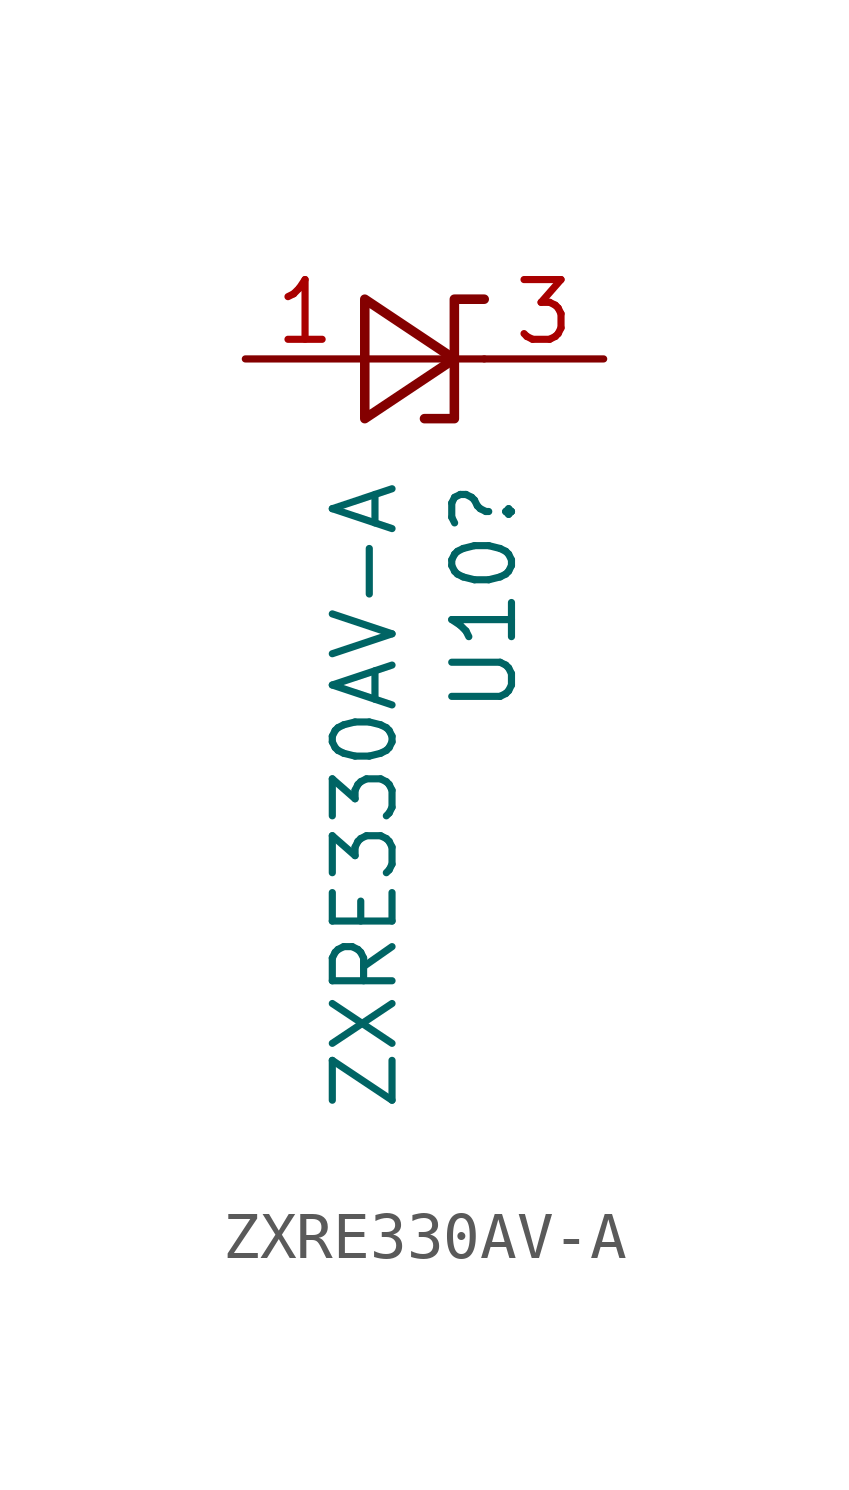
<source format=kicad_sym>
(kicad_symbol_lib
  (version 20220914)
  (generator kicad_symbol_editor)
  (symbol "ZXRE330AV-A"
    (pin_names
      (offset 0.025) hide)
    (property "Reference" "U10"
      (at 1.27 -2.54 90)
      (effects (font (size 1.27 1.27)) (justify right)))
    (property "Value" "ZXRE330AV-A"
      (at -1.27 -2.54 90)
      (effects (font (size 1.27 1.27)) (justify right)))
    (symbol "ZXRE330AV-A_0_1"
      (polyline (pts (xy -1.27 0) (xy 0 0) (xy 1.27 0)) (stroke (width 0) (type default)) (fill (type none)))
      (polyline (pts (xy -1.27 -1.27) (xy 0.635 0) (xy -1.27 1.27) (xy -1.27 -1.27)) (stroke (width 0.203) (type default)) (fill (type none)))
      (polyline (pts (xy 0 -1.27) (xy 0.635 -1.27) (xy 0.635 1.27) (xy 1.27 1.27)) (stroke (width 0.203) (type default)) (fill (type none))))
    (symbol "ZXRE330AV-A_1_1"
      (pin passive line (at -3.81 0 0) (length 2.54) (name "A" (effects (font (size 1.27 1.27)))) (number "1" (effects (font (size 1.27 1.27)))))
      (pin passive line (at -3.81 0 0) (length 2.54) hide (name "A" (effects (font (size 1.27 1.27)))) (number "2" (effects (font (size 1.27 1.27)))))
      (pin passive line (at 3.81 0 180) (length 2.54) (name "K" (effects (font (size 1.27 1.27)))) (number "3" (effects (font (size 1.27 1.27))))))))
</source>
